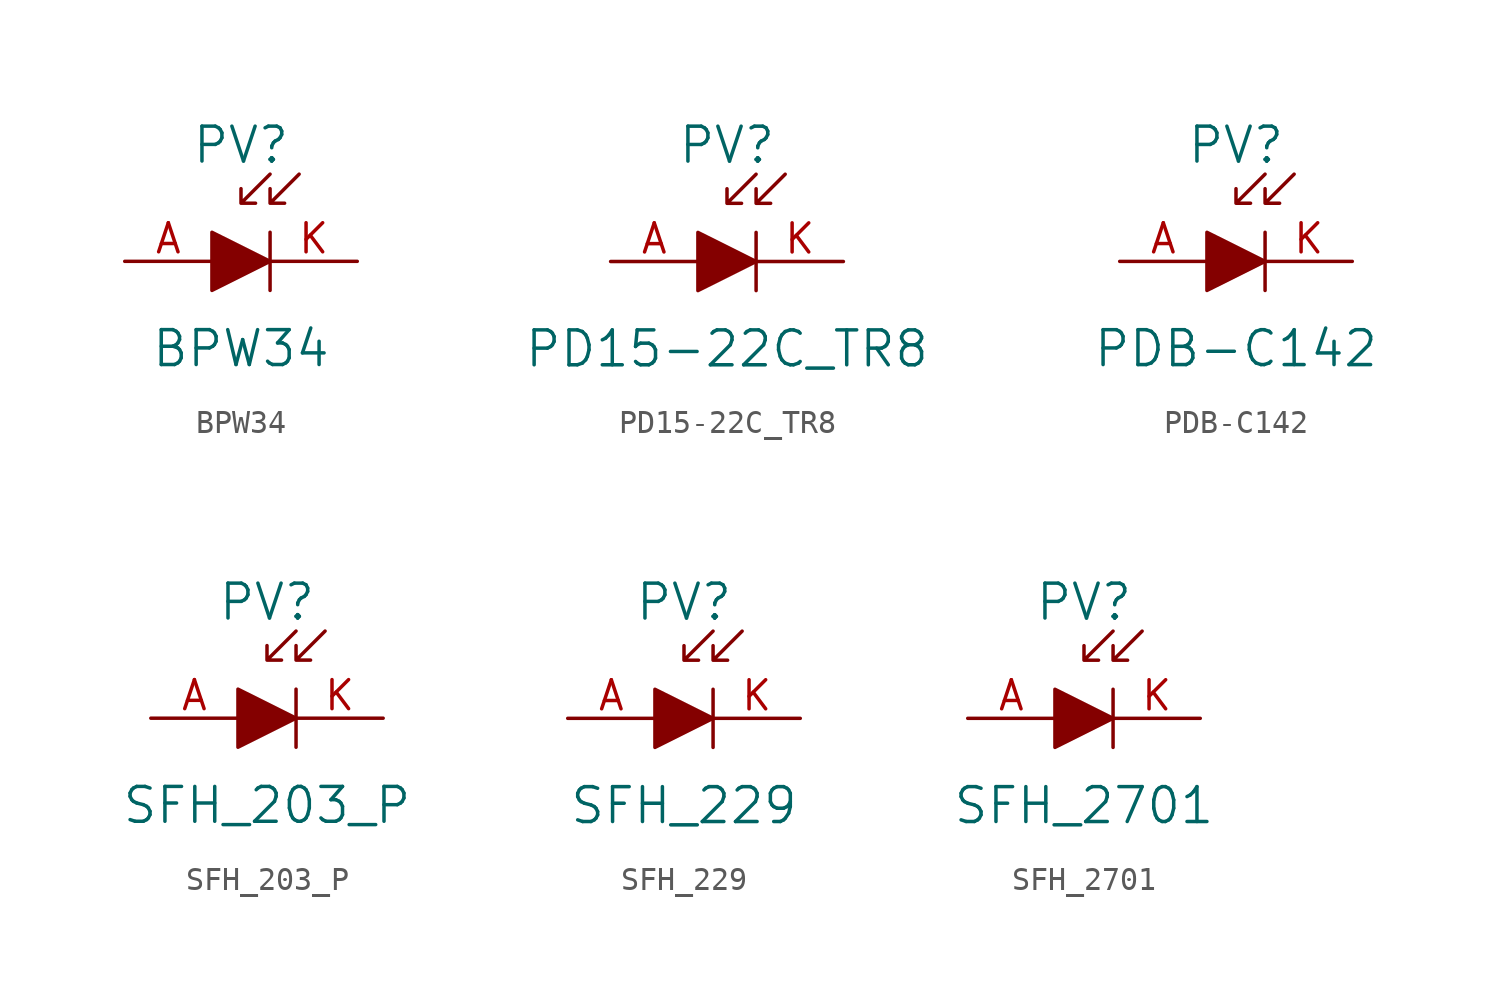
<source format=kicad_sym>
(kicad_symbol_lib
  (version 20211014)
  (generator kicad_symbol_editor)
  (symbol "BPW34"
    (pin_names
      (offset 0))
    (property "Reference" "PV"
      (at 0 5.08 0)
      (effects (font (size 1.524 1.524))))
    (property "Value" "BPW34"
      (at 0 -3.81 0)
      (effects (font (size 1.524 1.524))))
    (symbol "BPW34_0_1"
      (polyline (pts (xy 1.27 1.27) (xy 1.27 -1.27)) (stroke (width 0) (type default) (color 0 0 0 0)) (fill (type none)))
      (polyline (pts (xy -1.27 1.27) (xy -1.27 -1.27) (xy 1.27 0) (xy -1.27 1.27)) (stroke (width 0) (type default) (color 0 0 0 0)) (fill (type outline)))
      (polyline (pts (xy 0 2.54) (xy 0.635 2.54) (xy 0 2.54) (xy 0 3.175) (xy 0 2.54) (xy 1.27 3.81)) (stroke (width 0) (type default) (color 0 0 0 0)) (fill (type none)))
      (polyline (pts (xy 1.27 2.54) (xy 1.27 3.175) (xy 1.27 2.54) (xy 1.905 2.54) (xy 1.27 2.54) (xy 2.54 3.81)) (stroke (width 0) (type default) (color 0 0 0 0)) (fill (type none))))
    (symbol "BPW34_1_1"
      (pin passive line (at -5.08 0 0) (length 3.81) (name "~" (effects (font (size 1.27 1.27)))) (number "A" (effects (font (size 1.27 1.27)))))
      (pin passive line (at 5.08 0 180) (length 3.81) (name "~" (effects (font (size 1.27 1.27)))) (number "K" (effects (font (size 1.27 1.27)))))))
  (symbol "PD15-22C_TR8"
    (pin_names
      (offset 0))
    (property "Reference" "PV"
      (at 0 5.08 0)
      (effects (font (size 1.524 1.524))))
    (property "Value" "PD15-22C_TR8"
      (at 0 -3.81 0)
      (effects (font (size 1.524 1.524))))
    (symbol "PD15-22C_TR8_0_1"
      (polyline (pts (xy 1.27 1.27) (xy 1.27 -1.27)) (stroke (width 0) (type default) (color 0 0 0 0)) (fill (type none)))
      (polyline (pts (xy -1.27 1.27) (xy -1.27 -1.27) (xy 1.27 0) (xy -1.27 1.27)) (stroke (width 0) (type default) (color 0 0 0 0)) (fill (type outline)))
      (polyline (pts (xy 0 2.54) (xy 0.635 2.54) (xy 0 2.54) (xy 0 3.175) (xy 0 2.54) (xy 1.27 3.81)) (stroke (width 0) (type default) (color 0 0 0 0)) (fill (type none)))
      (polyline (pts (xy 1.27 2.54) (xy 1.27 3.175) (xy 1.27 2.54) (xy 1.905 2.54) (xy 1.27 2.54) (xy 2.54 3.81)) (stroke (width 0) (type default) (color 0 0 0 0)) (fill (type none))))
    (symbol "PD15-22C_TR8_1_1"
      (pin passive line (at -5.08 0 0) (length 3.81) (name "~" (effects (font (size 1.27 1.27)))) (number "A" (effects (font (size 1.27 1.27)))))
      (pin passive line (at 5.08 0 180) (length 3.81) (name "~" (effects (font (size 1.27 1.27)))) (number "K" (effects (font (size 1.27 1.27)))))))
  (symbol "PDB-C142"
    (pin_names
      (offset 0))
    (property "Reference" "PV"
      (at 0 5.08 0)
      (effects (font (size 1.524 1.524))))
    (property "Value" "PDB-C142"
      (at 0 -3.81 0)
      (effects (font (size 1.524 1.524))))
    (symbol "PDB-C142_0_1"
      (polyline (pts (xy 1.27 1.27) (xy 1.27 -1.27)) (stroke (width 0) (type default) (color 0 0 0 0)) (fill (type none)))
      (polyline (pts (xy -1.27 1.27) (xy -1.27 -1.27) (xy 1.27 0) (xy -1.27 1.27)) (stroke (width 0) (type default) (color 0 0 0 0)) (fill (type outline)))
      (polyline (pts (xy 0 2.54) (xy 0.635 2.54) (xy 0 2.54) (xy 0 3.175) (xy 0 2.54) (xy 1.27 3.81)) (stroke (width 0) (type default) (color 0 0 0 0)) (fill (type none)))
      (polyline (pts (xy 1.27 2.54) (xy 1.27 3.175) (xy 1.27 2.54) (xy 1.905 2.54) (xy 1.27 2.54) (xy 2.54 3.81)) (stroke (width 0) (type default) (color 0 0 0 0)) (fill (type none))))
    (symbol "PDB-C142_1_1"
      (pin passive line (at -5.08 0 0) (length 3.81) (name "~" (effects (font (size 1.27 1.27)))) (number "A" (effects (font (size 1.27 1.27)))))
      (pin passive line (at 5.08 0 180) (length 3.81) (name "~" (effects (font (size 1.27 1.27)))) (number "K" (effects (font (size 1.27 1.27)))))))
  (symbol "SFH_203_P"
    (pin_names
      (offset 0))
    (property "Reference" "PV"
      (at 0 5.08 0)
      (effects (font (size 1.524 1.524))))
    (property "Value" "SFH_203_P"
      (at 0 -3.81 0)
      (effects (font (size 1.524 1.524))))
    (symbol "SFH_203_P_0_1"
      (polyline (pts (xy 1.27 1.27) (xy 1.27 -1.27)) (stroke (width 0) (type default) (color 0 0 0 0)) (fill (type none)))
      (polyline (pts (xy -1.27 1.27) (xy -1.27 -1.27) (xy 1.27 0) (xy -1.27 1.27)) (stroke (width 0) (type default) (color 0 0 0 0)) (fill (type outline)))
      (polyline (pts (xy 0 2.54) (xy 0.635 2.54) (xy 0 2.54) (xy 0 3.175) (xy 0 2.54) (xy 1.27 3.81)) (stroke (width 0) (type default) (color 0 0 0 0)) (fill (type none)))
      (polyline (pts (xy 1.27 2.54) (xy 1.27 3.175) (xy 1.27 2.54) (xy 1.905 2.54) (xy 1.27 2.54) (xy 2.54 3.81)) (stroke (width 0) (type default) (color 0 0 0 0)) (fill (type none))))
    (symbol "SFH_203_P_1_1"
      (pin passive line (at -5.08 0 0) (length 3.81) (name "~" (effects (font (size 1.27 1.27)))) (number "A" (effects (font (size 1.27 1.27)))))
      (pin passive line (at 5.08 0 180) (length 3.81) (name "~" (effects (font (size 1.27 1.27)))) (number "K" (effects (font (size 1.27 1.27)))))))
  (symbol "SFH_229"
    (pin_names
      (offset 0))
    (property "Reference" "PV"
      (at 0 5.08 0)
      (effects (font (size 1.524 1.524))))
    (property "Value" "SFH_229"
      (at 0 -3.81 0)
      (effects (font (size 1.524 1.524))))
    (symbol "SFH_229_0_1"
      (polyline (pts (xy 1.27 1.27) (xy 1.27 -1.27)) (stroke (width 0) (type default) (color 0 0 0 0)) (fill (type none)))
      (polyline (pts (xy -1.27 1.27) (xy -1.27 -1.27) (xy 1.27 0) (xy -1.27 1.27)) (stroke (width 0) (type default) (color 0 0 0 0)) (fill (type outline)))
      (polyline (pts (xy 0 2.54) (xy 0.635 2.54) (xy 0 2.54) (xy 0 3.175) (xy 0 2.54) (xy 1.27 3.81)) (stroke (width 0) (type default) (color 0 0 0 0)) (fill (type none)))
      (polyline (pts (xy 1.27 2.54) (xy 1.27 3.175) (xy 1.27 2.54) (xy 1.905 2.54) (xy 1.27 2.54) (xy 2.54 3.81)) (stroke (width 0) (type default) (color 0 0 0 0)) (fill (type none))))
    (symbol "SFH_229_1_1"
      (pin passive line (at -5.08 0 0) (length 3.81) (name "~" (effects (font (size 1.27 1.27)))) (number "A" (effects (font (size 1.27 1.27)))))
      (pin passive line (at 5.08 0 180) (length 3.81) (name "~" (effects (font (size 1.27 1.27)))) (number "K" (effects (font (size 1.27 1.27)))))))
  (symbol "SFH_2701"
    (pin_names
      (offset 0))
    (property "Reference" "PV"
      (at 0 5.08 0)
      (effects (font (size 1.524 1.524))))
    (property "Value" "SFH_2701"
      (at 0 -3.81 0)
      (effects (font (size 1.524 1.524))))
    (symbol "SFH_2701_0_1"
      (polyline (pts (xy 1.27 1.27) (xy 1.27 -1.27)) (stroke (width 0) (type default) (color 0 0 0 0)) (fill (type none)))
      (polyline (pts (xy -1.27 1.27) (xy -1.27 -1.27) (xy 1.27 0) (xy -1.27 1.27)) (stroke (width 0) (type default) (color 0 0 0 0)) (fill (type outline)))
      (polyline (pts (xy 0 2.54) (xy 0.635 2.54) (xy 0 2.54) (xy 0 3.175) (xy 0 2.54) (xy 1.27 3.81)) (stroke (width 0) (type default) (color 0 0 0 0)) (fill (type none)))
      (polyline (pts (xy 1.27 2.54) (xy 1.27 3.175) (xy 1.27 2.54) (xy 1.905 2.54) (xy 1.27 2.54) (xy 2.54 3.81)) (stroke (width 0) (type default) (color 0 0 0 0)) (fill (type none))))
    (symbol "SFH_2701_1_1"
      (pin passive line (at -5.08 0 0) (length 3.81) (name "~" (effects (font (size 1.27 1.27)))) (number "A" (effects (font (size 1.27 1.27)))))
      (pin passive line (at 5.08 0 180) (length 3.81) (name "~" (effects (font (size 1.27 1.27)))) (number "K" (effects (font (size 1.27 1.27))))))))
</source>
